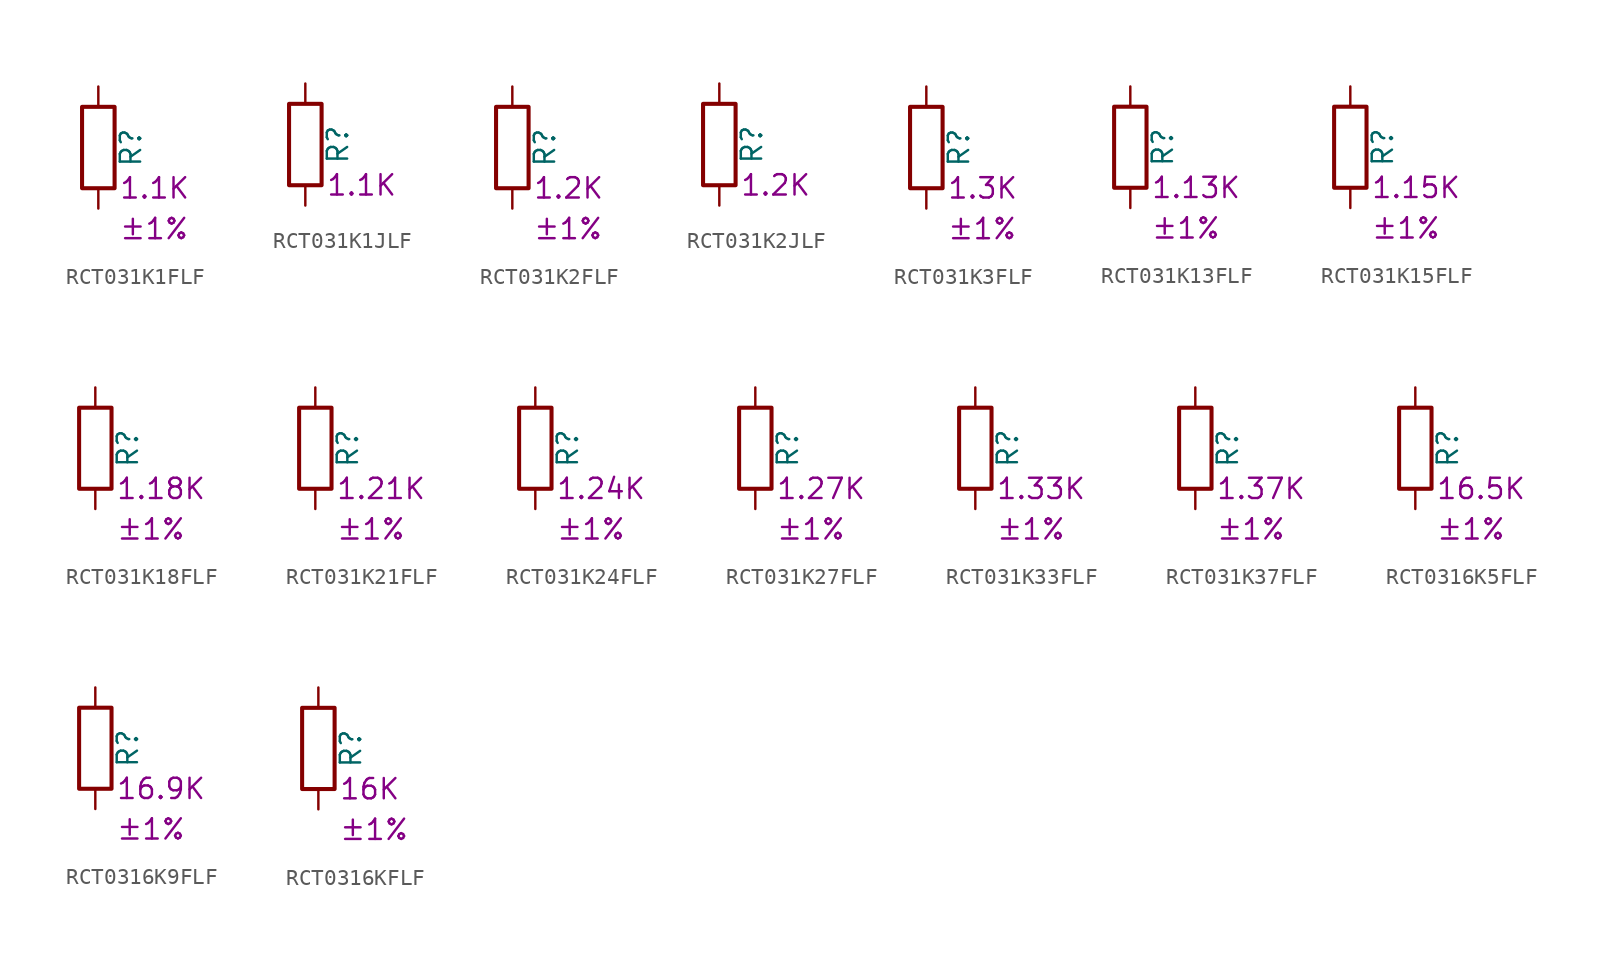
<source format=kicad_sym>
(kicad_symbol_lib
  (version 20220914)
  (generator kicad_symbol_editor)
  (symbol "RCT031K1FLF"
    (pin_numbers hide)
    (pin_names
      (offset 0))
    (property "Reference" "R"
      (at 2.032 0 90)
      (effects (font (size 1.27 1.27))))
    (property "Resistance" "1.1K"
      (at 1.27 -2.54 0)
      (effects (font (size 1.27 1.27)) (justify left)))
    (property "Tolerance" "±1%"
      (at 1.27 -5.08 0)
      (effects (font (size 1.27 1.27)) (justify left)))
    (symbol "RCT031K1FLF_0_1"
      (rectangle (start -1.016 -2.54) (end 1.016 2.54) (stroke (width 0.254) (type default)) (fill (type none))))
    (symbol "RCT031K1FLF_1_1"
      (pin passive line (at 0 3.81 270) (length 1.27) (name "~" (effects (font (size 1.27 1.27)))) (number "1" (effects (font (size 1.27 1.27)))))
      (pin passive line (at 0 -3.81 90) (length 1.27) (name "~" (effects (font (size 1.27 1.27)))) (number "2" (effects (font (size 1.27 1.27)))))))
  (symbol "RCT031K1JLF"
    (pin_numbers hide)
    (pin_names
      (offset 0))
    (property "Reference" "R"
      (at 2.032 0 90)
      (effects (font (size 1.27 1.27))))
    (property "Resistance" "1.1K"
      (at 1.27 -2.54 0)
      (effects (font (size 1.27 1.27)) (justify left)))
    (symbol "RCT031K1JLF_0_1"
      (rectangle (start -1.016 -2.54) (end 1.016 2.54) (stroke (width 0.254) (type default)) (fill (type none))))
    (symbol "RCT031K1JLF_1_1"
      (pin passive line (at 0 3.81 270) (length 1.27) (name "~" (effects (font (size 1.27 1.27)))) (number "1" (effects (font (size 1.27 1.27)))))
      (pin passive line (at 0 -3.81 90) (length 1.27) (name "~" (effects (font (size 1.27 1.27)))) (number "2" (effects (font (size 1.27 1.27)))))))
  (symbol "RCT031K2FLF"
    (pin_numbers hide)
    (pin_names
      (offset 0))
    (property "Reference" "R"
      (at 2.032 0 90)
      (effects (font (size 1.27 1.27))))
    (property "Resistance" "1.2K"
      (at 1.27 -2.54 0)
      (effects (font (size 1.27 1.27)) (justify left)))
    (property "Tolerance" "±1%"
      (at 1.27 -5.08 0)
      (effects (font (size 1.27 1.27)) (justify left)))
    (symbol "RCT031K2FLF_0_1"
      (rectangle (start -1.016 -2.54) (end 1.016 2.54) (stroke (width 0.254) (type default)) (fill (type none))))
    (symbol "RCT031K2FLF_1_1"
      (pin passive line (at 0 3.81 270) (length 1.27) (name "~" (effects (font (size 1.27 1.27)))) (number "1" (effects (font (size 1.27 1.27)))))
      (pin passive line (at 0 -3.81 90) (length 1.27) (name "~" (effects (font (size 1.27 1.27)))) (number "2" (effects (font (size 1.27 1.27)))))))
  (symbol "RCT031K2JLF"
    (pin_numbers hide)
    (pin_names
      (offset 0))
    (property "Reference" "R"
      (at 2.032 0 90)
      (effects (font (size 1.27 1.27))))
    (property "Resistance" "1.2K"
      (at 1.27 -2.54 0)
      (effects (font (size 1.27 1.27)) (justify left)))
    (symbol "RCT031K2JLF_0_1"
      (rectangle (start -1.016 -2.54) (end 1.016 2.54) (stroke (width 0.254) (type default)) (fill (type none))))
    (symbol "RCT031K2JLF_1_1"
      (pin passive line (at 0 3.81 270) (length 1.27) (name "~" (effects (font (size 1.27 1.27)))) (number "1" (effects (font (size 1.27 1.27)))))
      (pin passive line (at 0 -3.81 90) (length 1.27) (name "~" (effects (font (size 1.27 1.27)))) (number "2" (effects (font (size 1.27 1.27)))))))
  (symbol "RCT031K3FLF"
    (pin_numbers hide)
    (pin_names
      (offset 0))
    (property "Reference" "R"
      (at 2.032 0 90)
      (effects (font (size 1.27 1.27))))
    (property "Resistance" "1.3K"
      (at 1.27 -2.54 0)
      (effects (font (size 1.27 1.27)) (justify left)))
    (property "Tolerance" "±1%"
      (at 1.27 -5.08 0)
      (effects (font (size 1.27 1.27)) (justify left)))
    (symbol "RCT031K3FLF_0_1"
      (rectangle (start -1.016 -2.54) (end 1.016 2.54) (stroke (width 0.254) (type default)) (fill (type none))))
    (symbol "RCT031K3FLF_1_1"
      (pin passive line (at 0 3.81 270) (length 1.27) (name "~" (effects (font (size 1.27 1.27)))) (number "1" (effects (font (size 1.27 1.27)))))
      (pin passive line (at 0 -3.81 90) (length 1.27) (name "~" (effects (font (size 1.27 1.27)))) (number "2" (effects (font (size 1.27 1.27)))))))
  (symbol "RCT031K13FLF"
    (pin_numbers hide)
    (pin_names
      (offset 0))
    (property "Reference" "R"
      (at 2.032 0 90)
      (effects (font (size 1.27 1.27))))
    (property "Resistance" "1.13K"
      (at 1.27 -2.54 0)
      (effects (font (size 1.27 1.27)) (justify left)))
    (property "Tolerance" "±1%"
      (at 1.27 -5.08 0)
      (effects (font (size 1.27 1.27)) (justify left)))
    (symbol "RCT031K13FLF_0_1"
      (rectangle (start -1.016 -2.54) (end 1.016 2.54) (stroke (width 0.254) (type default)) (fill (type none))))
    (symbol "RCT031K13FLF_1_1"
      (pin passive line (at 0 3.81 270) (length 1.27) (name "~" (effects (font (size 1.27 1.27)))) (number "1" (effects (font (size 1.27 1.27)))))
      (pin passive line (at 0 -3.81 90) (length 1.27) (name "~" (effects (font (size 1.27 1.27)))) (number "2" (effects (font (size 1.27 1.27)))))))
  (symbol "RCT031K15FLF"
    (pin_numbers hide)
    (pin_names
      (offset 0))
    (property "Reference" "R"
      (at 2.032 0 90)
      (effects (font (size 1.27 1.27))))
    (property "Resistance" "1.15K"
      (at 1.27 -2.54 0)
      (effects (font (size 1.27 1.27)) (justify left)))
    (property "Tolerance" "±1%"
      (at 1.27 -5.08 0)
      (effects (font (size 1.27 1.27)) (justify left)))
    (symbol "RCT031K15FLF_0_1"
      (rectangle (start -1.016 -2.54) (end 1.016 2.54) (stroke (width 0.254) (type default)) (fill (type none))))
    (symbol "RCT031K15FLF_1_1"
      (pin passive line (at 0 3.81 270) (length 1.27) (name "~" (effects (font (size 1.27 1.27)))) (number "1" (effects (font (size 1.27 1.27)))))
      (pin passive line (at 0 -3.81 90) (length 1.27) (name "~" (effects (font (size 1.27 1.27)))) (number "2" (effects (font (size 1.27 1.27)))))))
  (symbol "RCT031K18FLF"
    (pin_numbers hide)
    (pin_names
      (offset 0))
    (property "Reference" "R"
      (at 2.032 0 90)
      (effects (font (size 1.27 1.27))))
    (property "Resistance" "1.18K"
      (at 1.27 -2.54 0)
      (effects (font (size 1.27 1.27)) (justify left)))
    (property "Tolerance" "±1%"
      (at 1.27 -5.08 0)
      (effects (font (size 1.27 1.27)) (justify left)))
    (symbol "RCT031K18FLF_0_1"
      (rectangle (start -1.016 -2.54) (end 1.016 2.54) (stroke (width 0.254) (type default)) (fill (type none))))
    (symbol "RCT031K18FLF_1_1"
      (pin passive line (at 0 3.81 270) (length 1.27) (name "~" (effects (font (size 1.27 1.27)))) (number "1" (effects (font (size 1.27 1.27)))))
      (pin passive line (at 0 -3.81 90) (length 1.27) (name "~" (effects (font (size 1.27 1.27)))) (number "2" (effects (font (size 1.27 1.27)))))))
  (symbol "RCT031K21FLF"
    (pin_numbers hide)
    (pin_names
      (offset 0))
    (property "Reference" "R"
      (at 2.032 0 90)
      (effects (font (size 1.27 1.27))))
    (property "Resistance" "1.21K"
      (at 1.27 -2.54 0)
      (effects (font (size 1.27 1.27)) (justify left)))
    (property "Tolerance" "±1%"
      (at 1.27 -5.08 0)
      (effects (font (size 1.27 1.27)) (justify left)))
    (symbol "RCT031K21FLF_0_1"
      (rectangle (start -1.016 -2.54) (end 1.016 2.54) (stroke (width 0.254) (type default)) (fill (type none))))
    (symbol "RCT031K21FLF_1_1"
      (pin passive line (at 0 3.81 270) (length 1.27) (name "~" (effects (font (size 1.27 1.27)))) (number "1" (effects (font (size 1.27 1.27)))))
      (pin passive line (at 0 -3.81 90) (length 1.27) (name "~" (effects (font (size 1.27 1.27)))) (number "2" (effects (font (size 1.27 1.27)))))))
  (symbol "RCT031K24FLF"
    (pin_numbers hide)
    (pin_names
      (offset 0))
    (property "Reference" "R"
      (at 2.032 0 90)
      (effects (font (size 1.27 1.27))))
    (property "Resistance" "1.24K"
      (at 1.27 -2.54 0)
      (effects (font (size 1.27 1.27)) (justify left)))
    (property "Tolerance" "±1%"
      (at 1.27 -5.08 0)
      (effects (font (size 1.27 1.27)) (justify left)))
    (symbol "RCT031K24FLF_0_1"
      (rectangle (start -1.016 -2.54) (end 1.016 2.54) (stroke (width 0.254) (type default)) (fill (type none))))
    (symbol "RCT031K24FLF_1_1"
      (pin passive line (at 0 3.81 270) (length 1.27) (name "~" (effects (font (size 1.27 1.27)))) (number "1" (effects (font (size 1.27 1.27)))))
      (pin passive line (at 0 -3.81 90) (length 1.27) (name "~" (effects (font (size 1.27 1.27)))) (number "2" (effects (font (size 1.27 1.27)))))))
  (symbol "RCT031K27FLF"
    (pin_numbers hide)
    (pin_names
      (offset 0))
    (property "Reference" "R"
      (at 2.032 0 90)
      (effects (font (size 1.27 1.27))))
    (property "Resistance" "1.27K"
      (at 1.27 -2.54 0)
      (effects (font (size 1.27 1.27)) (justify left)))
    (property "Tolerance" "±1%"
      (at 1.27 -5.08 0)
      (effects (font (size 1.27 1.27)) (justify left)))
    (symbol "RCT031K27FLF_0_1"
      (rectangle (start -1.016 -2.54) (end 1.016 2.54) (stroke (width 0.254) (type default)) (fill (type none))))
    (symbol "RCT031K27FLF_1_1"
      (pin passive line (at 0 3.81 270) (length 1.27) (name "~" (effects (font (size 1.27 1.27)))) (number "1" (effects (font (size 1.27 1.27)))))
      (pin passive line (at 0 -3.81 90) (length 1.27) (name "~" (effects (font (size 1.27 1.27)))) (number "2" (effects (font (size 1.27 1.27)))))))
  (symbol "RCT031K33FLF"
    (pin_numbers hide)
    (pin_names
      (offset 0))
    (property "Reference" "R"
      (at 2.032 0 90)
      (effects (font (size 1.27 1.27))))
    (property "Resistance" "1.33K"
      (at 1.27 -2.54 0)
      (effects (font (size 1.27 1.27)) (justify left)))
    (property "Tolerance" "±1%"
      (at 1.27 -5.08 0)
      (effects (font (size 1.27 1.27)) (justify left)))
    (symbol "RCT031K33FLF_0_1"
      (rectangle (start -1.016 -2.54) (end 1.016 2.54) (stroke (width 0.254) (type default)) (fill (type none))))
    (symbol "RCT031K33FLF_1_1"
      (pin passive line (at 0 3.81 270) (length 1.27) (name "~" (effects (font (size 1.27 1.27)))) (number "1" (effects (font (size 1.27 1.27)))))
      (pin passive line (at 0 -3.81 90) (length 1.27) (name "~" (effects (font (size 1.27 1.27)))) (number "2" (effects (font (size 1.27 1.27)))))))
  (symbol "RCT031K37FLF"
    (pin_numbers hide)
    (pin_names
      (offset 0))
    (property "Reference" "R"
      (at 2.032 0 90)
      (effects (font (size 1.27 1.27))))
    (property "Resistance" "1.37K"
      (at 1.27 -2.54 0)
      (effects (font (size 1.27 1.27)) (justify left)))
    (property "Tolerance" "±1%"
      (at 1.27 -5.08 0)
      (effects (font (size 1.27 1.27)) (justify left)))
    (symbol "RCT031K37FLF_0_1"
      (rectangle (start -1.016 -2.54) (end 1.016 2.54) (stroke (width 0.254) (type default)) (fill (type none))))
    (symbol "RCT031K37FLF_1_1"
      (pin passive line (at 0 3.81 270) (length 1.27) (name "~" (effects (font (size 1.27 1.27)))) (number "1" (effects (font (size 1.27 1.27)))))
      (pin passive line (at 0 -3.81 90) (length 1.27) (name "~" (effects (font (size 1.27 1.27)))) (number "2" (effects (font (size 1.27 1.27)))))))
  (symbol "RCT0316K5FLF"
    (pin_numbers hide)
    (pin_names
      (offset 0))
    (property "Reference" "R"
      (at 2.032 0 90)
      (effects (font (size 1.27 1.27))))
    (property "Resistance" "16.5K"
      (at 1.27 -2.54 0)
      (effects (font (size 1.27 1.27)) (justify left)))
    (property "Tolerance" "±1%"
      (at 1.27 -5.08 0)
      (effects (font (size 1.27 1.27)) (justify left)))
    (symbol "RCT0316K5FLF_0_1"
      (rectangle (start -1.016 -2.54) (end 1.016 2.54) (stroke (width 0.254) (type default)) (fill (type none))))
    (symbol "RCT0316K5FLF_1_1"
      (pin passive line (at 0 3.81 270) (length 1.27) (name "~" (effects (font (size 1.27 1.27)))) (number "1" (effects (font (size 1.27 1.27)))))
      (pin passive line (at 0 -3.81 90) (length 1.27) (name "~" (effects (font (size 1.27 1.27)))) (number "2" (effects (font (size 1.27 1.27)))))))
  (symbol "RCT0316K9FLF"
    (pin_numbers hide)
    (pin_names
      (offset 0))
    (property "Reference" "R"
      (at 2.032 0 90)
      (effects (font (size 1.27 1.27))))
    (property "Resistance" "16.9K"
      (at 1.27 -2.54 0)
      (effects (font (size 1.27 1.27)) (justify left)))
    (property "Tolerance" "±1%"
      (at 1.27 -5.08 0)
      (effects (font (size 1.27 1.27)) (justify left)))
    (symbol "RCT0316K9FLF_0_1"
      (rectangle (start -1.016 -2.54) (end 1.016 2.54) (stroke (width 0.254) (type default)) (fill (type none))))
    (symbol "RCT0316K9FLF_1_1"
      (pin passive line (at 0 3.81 270) (length 1.27) (name "~" (effects (font (size 1.27 1.27)))) (number "1" (effects (font (size 1.27 1.27)))))
      (pin passive line (at 0 -3.81 90) (length 1.27) (name "~" (effects (font (size 1.27 1.27)))) (number "2" (effects (font (size 1.27 1.27)))))))
  (symbol "RCT0316KFLF"
    (pin_numbers hide)
    (pin_names
      (offset 0))
    (property "Reference" "R"
      (at 2.032 0 90)
      (effects (font (size 1.27 1.27))))
    (property "Resistance" "16K"
      (at 1.27 -2.54 0)
      (effects (font (size 1.27 1.27)) (justify left)))
    (property "Tolerance" "±1%"
      (at 1.27 -5.08 0)
      (effects (font (size 1.27 1.27)) (justify left)))
    (symbol "RCT0316KFLF_0_1"
      (rectangle (start -1.016 -2.54) (end 1.016 2.54) (stroke (width 0.254) (type default)) (fill (type none))))
    (symbol "RCT0316KFLF_1_1"
      (pin passive line (at 0 3.81 270) (length 1.27) (name "~" (effects (font (size 1.27 1.27)))) (number "1" (effects (font (size 1.27 1.27)))))
      (pin passive line (at 0 -3.81 90) (length 1.27) (name "~" (effects (font (size 1.27 1.27)))) (number "2" (effects (font (size 1.27 1.27))))))))
</source>
